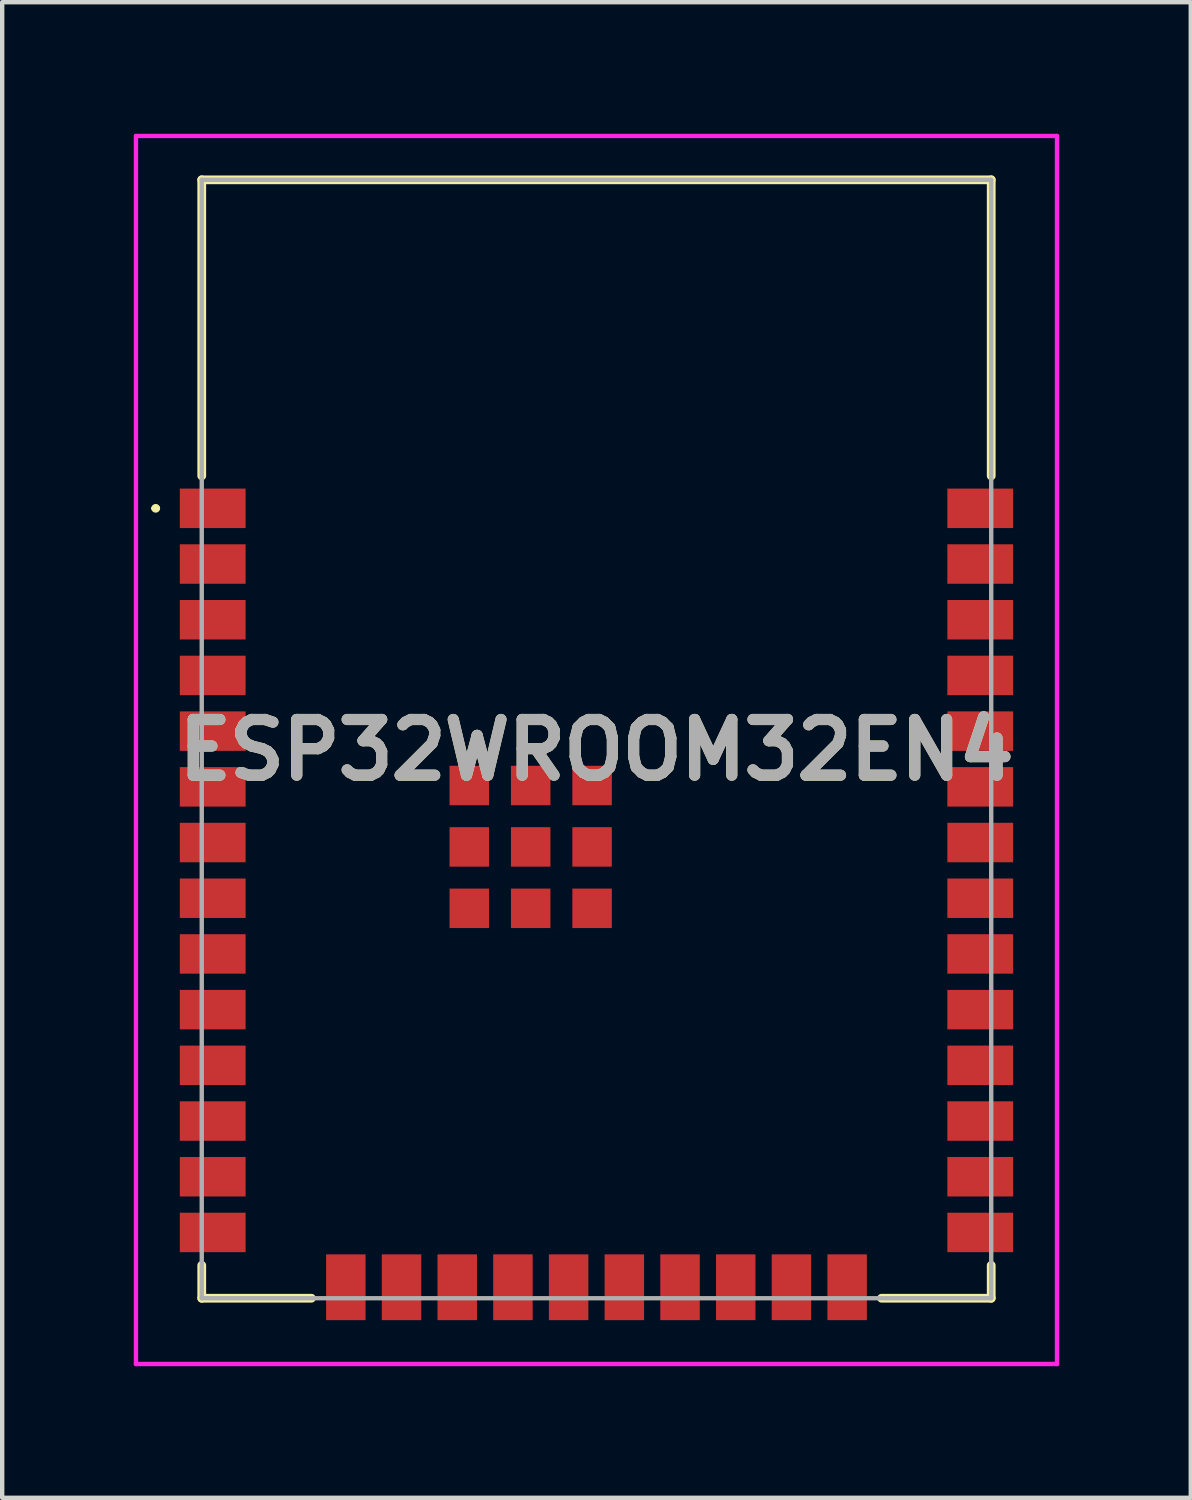
<source format=kicad_pcb>
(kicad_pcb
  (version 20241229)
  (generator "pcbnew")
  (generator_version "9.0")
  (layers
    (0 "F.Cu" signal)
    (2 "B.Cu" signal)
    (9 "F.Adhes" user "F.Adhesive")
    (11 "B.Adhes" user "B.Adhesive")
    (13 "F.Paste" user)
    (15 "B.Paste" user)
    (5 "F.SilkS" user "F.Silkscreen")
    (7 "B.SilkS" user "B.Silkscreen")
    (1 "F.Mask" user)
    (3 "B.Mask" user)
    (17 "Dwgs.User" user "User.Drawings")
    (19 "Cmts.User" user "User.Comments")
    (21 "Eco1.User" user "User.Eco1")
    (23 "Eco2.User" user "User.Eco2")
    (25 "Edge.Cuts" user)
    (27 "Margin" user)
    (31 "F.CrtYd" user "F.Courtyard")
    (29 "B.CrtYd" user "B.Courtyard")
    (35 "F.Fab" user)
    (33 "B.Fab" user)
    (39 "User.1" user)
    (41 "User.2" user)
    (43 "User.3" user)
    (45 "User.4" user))
  (footprint "ESP32WROOM32EN4"
    (layer "F.Cu")
    (at 10.55 13.8)
    (property "Reference" "ESP32WROOM32EN4" (at 0 0.25 0) (layer "F.SilkS") (effects (font (size 1.27 1.27) (thickness 0.254))))
    (attr smd)
    (fp_line (start -10.1 -5.26) (end -10.1 -5.26) (stroke (width 0.1) (type solid)) (layer "F.SilkS"))
    (fp_line (start -10 -5.26) (end -10 -5.26) (stroke (width 0.1) (type solid)) (layer "F.SilkS"))
    (fp_line (start -9 -12.75) (end 9 -12.75) (stroke (width 0.2) (type solid)) (layer "F.SilkS"))
    (fp_line (start -9 -6) (end -9 -12.75) (stroke (width 0.2) (type solid)) (layer "F.SilkS"))
    (fp_line (start -9 12.75) (end -9 12) (stroke (width 0.2) (type solid)) (layer "F.SilkS"))
    (fp_line (start -6.5 12.75) (end -9 12.75) (stroke (width 0.2) (type solid)) (layer "F.SilkS"))
    (fp_line (start 9 -12.75) (end 9 -6) (stroke (width 0.2) (type solid)) (layer "F.SilkS"))
    (fp_line (start 9 12) (end 9 12.75) (stroke (width 0.2) (type solid)) (layer "F.SilkS"))
    (fp_line (start 9 12.75) (end 6.5 12.75) (stroke (width 0.2) (type solid)) (layer "F.SilkS"))
    (fp_arc (start -10.1 -5.26) (mid -10.05 -5.31) (end -10 -5.26) (stroke (width 0.1) (type solid)) (layer "F.SilkS"))
    (fp_arc (start -10 -5.26) (mid -10.05 -5.21) (end -10.1 -5.26) (stroke (width 0.1) (type solid)) (layer "F.SilkS"))
    (fp_line (start -10.5 -13.75) (end 10.5 -13.75) (stroke (width 0.1) (type solid)) (layer "F.CrtYd"))
    (fp_line (start -10.5 14.25) (end -10.5 -13.75) (stroke (width 0.1) (type solid)) (layer "F.CrtYd"))
    (fp_line (start 10.5 -13.75) (end 10.5 14.25) (stroke (width 0.1) (type solid)) (layer "F.CrtYd"))
    (fp_line (start 10.5 14.25) (end -10.5 14.25) (stroke (width 0.1) (type solid)) (layer "F.CrtYd"))
    (fp_line (start -9 -12.75) (end -9 12.75) (stroke (width 0.1) (type solid)) (layer "F.Fab"))
    (fp_line (start -9 12.75) (end 9 12.75) (stroke (width 0.1) (type solid)) (layer "F.Fab"))
    (fp_line (start 9 -12.75) (end -9 -12.75) (stroke (width 0.1) (type solid)) (layer "F.Fab"))
    (fp_line (start 9 12.75) (end 9 -12.75) (stroke (width 0.1) (type solid)) (layer "F.Fab"))
    (fp_text user "${REFERENCE}" (at 0 0.25 0) (layer "F.Fab") (effects (font (size 1.27 1.27) (thickness 0.254))))
    (pad "1" smd rect (at -8.75 -5.26 90) (size 0.9 1.5) (layers "F.Cu" "F.Mask" "F.Paste"))
    (pad "2" smd rect (at -8.75 -3.99 90) (size 0.9 1.5) (layers "F.Cu" "F.Mask" "F.Paste"))
    (pad "3" smd rect (at -8.75 -2.72 90) (size 0.9 1.5) (layers "F.Cu" "F.Mask" "F.Paste"))
    (pad "4" smd rect (at -8.75 -1.45 90) (size 0.9 1.5) (layers "F.Cu" "F.Mask" "F.Paste"))
    (pad "5" smd rect (at -8.75 -0.18 90) (size 0.9 1.5) (layers "F.Cu" "F.Mask" "F.Paste"))
    (pad "6" smd rect (at -8.75 1.09 90) (size 0.9 1.5) (layers "F.Cu" "F.Mask" "F.Paste"))
    (pad "7" smd rect (at -8.75 2.36 90) (size 0.9 1.5) (layers "F.Cu" "F.Mask" "F.Paste"))
    (pad "8" smd rect (at -8.75 3.63 90) (size 0.9 1.5) (layers "F.Cu" "F.Mask" "F.Paste"))
    (pad "9" smd rect (at -8.75 4.9 90) (size 0.9 1.5) (layers "F.Cu" "F.Mask" "F.Paste"))
    (pad "10" smd rect (at -8.75 6.17 90) (size 0.9 1.5) (layers "F.Cu" "F.Mask" "F.Paste"))
    (pad "11" smd rect (at -8.75 7.44 90) (size 0.9 1.5) (layers "F.Cu" "F.Mask" "F.Paste"))
    (pad "12" smd rect (at -8.75 8.71 90) (size 0.9 1.5) (layers "F.Cu" "F.Mask" "F.Paste"))
    (pad "13" smd rect (at -8.75 9.98 90) (size 0.9 1.5) (layers "F.Cu" "F.Mask" "F.Paste"))
    (pad "14" smd rect (at -8.75 11.25 90) (size 0.9 1.5) (layers "F.Cu" "F.Mask" "F.Paste"))
    (pad "15" smd rect (at -5.715 12.5) (size 0.9 1.5) (layers "F.Cu" "F.Mask" "F.Paste"))
    (pad "16" smd rect (at -4.445 12.5) (size 0.9 1.5) (layers "F.Cu" "F.Mask" "F.Paste"))
    (pad "17" smd rect (at -3.175 12.5) (size 0.9 1.5) (layers "F.Cu" "F.Mask" "F.Paste"))
    (pad "18" smd rect (at -1.905 12.5) (size 0.9 1.5) (layers "F.Cu" "F.Mask" "F.Paste"))
    (pad "19" smd rect (at -0.635 12.5) (size 0.9 1.5) (layers "F.Cu" "F.Mask" "F.Paste"))
    (pad "20" smd rect (at 0.635 12.5) (size 0.9 1.5) (layers "F.Cu" "F.Mask" "F.Paste"))
    (pad "21" smd rect (at 1.905 12.5) (size 0.9 1.5) (layers "F.Cu" "F.Mask" "F.Paste"))
    (pad "22" smd rect (at 3.175 12.5) (size 0.9 1.5) (layers "F.Cu" "F.Mask" "F.Paste"))
    (pad "23" smd rect (at 4.445 12.5) (size 0.9 1.5) (layers "F.Cu" "F.Mask" "F.Paste"))
    (pad "24" smd rect (at 5.715 12.5) (size 0.9 1.5) (layers "F.Cu" "F.Mask" "F.Paste"))
    (pad "25" smd rect (at 8.75 11.25 90) (size 0.9 1.5) (layers "F.Cu" "F.Mask" "F.Paste"))
    (pad "26" smd rect (at 8.75 9.98 90) (size 0.9 1.5) (layers "F.Cu" "F.Mask" "F.Paste"))
    (pad "27" smd rect (at 8.75 8.71 90) (size 0.9 1.5) (layers "F.Cu" "F.Mask" "F.Paste"))
    (pad "28" smd rect (at 8.75 7.44 90) (size 0.9 1.5) (layers "F.Cu" "F.Mask" "F.Paste"))
    (pad "29" smd rect (at 8.75 6.17 90) (size 0.9 1.5) (layers "F.Cu" "F.Mask" "F.Paste"))
    (pad "30" smd rect (at 8.75 4.9 90) (size 0.9 1.5) (layers "F.Cu" "F.Mask" "F.Paste"))
    (pad "31" smd rect (at 8.75 3.63 90) (size 0.9 1.5) (layers "F.Cu" "F.Mask" "F.Paste"))
    (pad "32" smd rect (at 8.75 2.36 90) (size 0.9 1.5) (layers "F.Cu" "F.Mask" "F.Paste"))
    (pad "33" smd rect (at 8.75 1.09 90) (size 0.9 1.5) (layers "F.Cu" "F.Mask" "F.Paste"))
    (pad "34" smd rect (at 8.75 -0.18 90) (size 0.9 1.5) (layers "F.Cu" "F.Mask" "F.Paste"))
    (pad "35" smd rect (at 8.75 -1.45 90) (size 0.9 1.5) (layers "F.Cu" "F.Mask" "F.Paste"))
    (pad "36" smd rect (at 8.75 -2.72 90) (size 0.9 1.5) (layers "F.Cu" "F.Mask" "F.Paste"))
    (pad "37" smd rect (at 8.75 -3.99 90) (size 0.9 1.5) (layers "F.Cu" "F.Mask" "F.Paste"))
    (pad "38" smd rect (at 8.75 -5.26 90) (size 0.9 1.5) (layers "F.Cu" "F.Mask" "F.Paste"))
    (pad "39" smd rect (at -2.9 1.06 90) (size 0.9 0.9) (layers "F.Cu" "F.Mask" "F.Paste"))
    (pad "40" smd rect (at -2.9 2.46 90) (size 0.9 0.9) (layers "F.Cu" "F.Mask" "F.Paste"))
    (pad "41" smd rect (at -2.9 3.86 90) (size 0.9 0.9) (layers "F.Cu" "F.Mask" "F.Paste"))
    (pad "42" smd rect (at -1.5 3.86 90) (size 0.9 0.9) (layers "F.Cu" "F.Mask" "F.Paste"))
    (pad "43" smd rect (at -0.1 3.86 90) (size 0.9 0.9) (layers "F.Cu" "F.Mask" "F.Paste"))
    (pad "44" smd rect (at -0.1 2.46 90) (size 0.9 0.9) (layers "F.Cu" "F.Mask" "F.Paste"))
    (pad "45" smd rect (at -0.1 1.06 90) (size 0.9 0.9) (layers "F.Cu" "F.Mask" "F.Paste"))
    (pad "46" smd rect (at -1.5 1.06 90) (size 0.9 0.9) (layers "F.Cu" "F.Mask" "F.Paste"))
    (pad "47" smd rect (at -1.5 2.46 90) (size 0.9 0.9) (layers "F.Cu" "F.Mask" "F.Paste")))
  (gr_rect
    (start -3 -3)
    (end 24.1 31.1)
    (stroke (width 0.1) (type default))
    (fill no)
    (layer "Edge.Cuts")))
</source>
